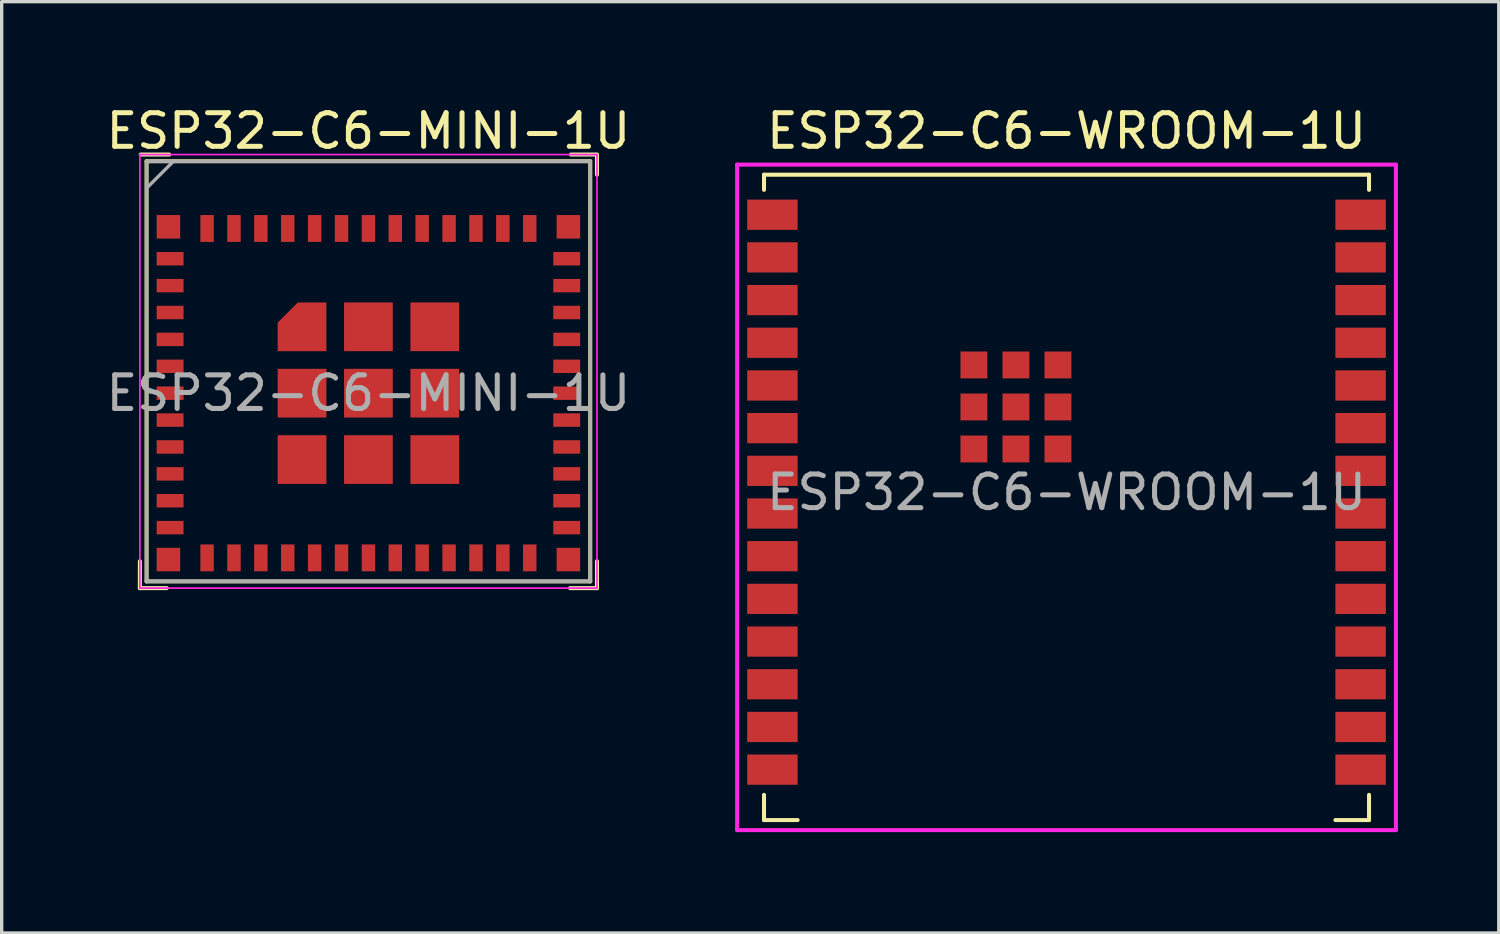
<source format=kicad_pcb>
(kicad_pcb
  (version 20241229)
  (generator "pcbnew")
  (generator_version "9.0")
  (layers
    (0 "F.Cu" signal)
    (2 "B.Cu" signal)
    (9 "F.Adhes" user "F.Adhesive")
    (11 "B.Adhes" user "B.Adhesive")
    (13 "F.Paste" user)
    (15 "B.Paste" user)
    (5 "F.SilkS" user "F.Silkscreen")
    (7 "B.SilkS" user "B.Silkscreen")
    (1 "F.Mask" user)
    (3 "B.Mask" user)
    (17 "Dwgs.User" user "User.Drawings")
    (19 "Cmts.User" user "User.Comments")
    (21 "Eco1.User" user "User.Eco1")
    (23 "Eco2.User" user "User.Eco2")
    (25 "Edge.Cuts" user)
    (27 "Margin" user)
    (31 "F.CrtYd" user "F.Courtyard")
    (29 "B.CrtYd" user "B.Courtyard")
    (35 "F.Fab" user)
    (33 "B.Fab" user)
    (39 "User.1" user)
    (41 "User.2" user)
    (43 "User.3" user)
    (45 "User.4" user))
  (footprint "ESP32-C6-MINI-1U"
    (layer "F.Cu")
    (at 7.911 5.948)
    (property "Reference" "ESP32-C6-MINI-1U" (at 0 -5.1 0) (layer "F.SilkS") (effects (font (size 1 1) (thickness 0.15))))
    (attr smd)
    (fp_line (start -6.8 7.7) (end -6.8 8.5) (stroke (width 0.12) (type solid)) (layer "F.SilkS"))
    (fp_line (start -6.8 8.5) (end -6 8.5) (stroke (width 0.12) (type solid)) (layer "F.SilkS"))
    (fp_line (start -6.6 -4.2) (end 6.6 -4.2) (stroke (width 0.12) (type solid)) (layer "F.SilkS"))
    (fp_line (start -6.6 8.3) (end -6.6 -4.2) (stroke (width 0.12) (type solid)) (layer "F.SilkS"))
    (fp_line (start -5.925 -4.4) (end -6.775 -4.4) (stroke (width 0.12) (type solid)) (layer "F.SilkS"))
    (fp_line (start 6.025 -4.4) (end 6.775 -4.4) (stroke (width 0.12) (type solid)) (layer "F.SilkS"))
    (fp_line (start 6.6 -4.2) (end 6.6 8.3) (stroke (width 0.12) (type solid)) (layer "F.SilkS"))
    (fp_line (start 6.6 8.3) (end -6.6 8.3) (stroke (width 0.12) (type solid)) (layer "F.SilkS"))
    (fp_line (start 6.8 -4.4) (end 6.8 -3.8) (stroke (width 0.12) (type solid)) (layer "F.SilkS"))
    (fp_line (start 6.8 7.7) (end 6.8 8.5) (stroke (width 0.12) (type solid)) (layer "F.SilkS"))
    (fp_line (start 6.8 8.5) (end 6 8.5) (stroke (width 0.12) (type solid)) (layer "F.SilkS"))
    (fp_line (start -6.8 -4.4) (end 6.8 -4.4) (stroke (width 0.05) (type solid)) (layer "F.CrtYd"))
    (fp_line (start -6.8 8.5) (end -6.8 -4.4) (stroke (width 0.05) (type solid)) (layer "F.CrtYd"))
    (fp_line (start 6.8 -4.4) (end 6.8 8.5) (stroke (width 0.05) (type solid)) (layer "F.CrtYd"))
    (fp_line (start 6.8 8.5) (end -6.8 8.5) (stroke (width 0.05) (type solid)) (layer "F.CrtYd"))
    (fp_line (start -6.6 8.3) (end -6.6 -4.2) (stroke (width 0.1) (type solid)) (layer "F.Fab"))
    (fp_line (start -6.6 8.3) (end 6.6 8.3) (stroke (width 0.1) (type solid)) (layer "F.Fab"))
    (fp_line (start -5.8 -4.2) (end -6.6 -3.4) (stroke (width 0.1) (type solid)) (layer "F.Fab"))
    (fp_line (start 6.6 -4.2) (end -6.6 -4.2) (stroke (width 0.1) (type solid)) (layer "F.Fab"))
    (fp_line (start 6.6 8.3) (end 6.6 -4.2) (stroke (width 0.1) (type solid)) (layer "F.Fab"))
    (fp_text user "${REFERENCE}" (at 0 2.7 0) (layer "F.Fab") (effects (font (size 1 1) (thickness 0.15))))
    (pad "1" smd rect (at -5.9 -1.3 90) (size 0.4 0.8) (layers "F.Cu" "F.Mask" "F.Paste"))
    (pad "2" smd rect (at -5.9 -0.5 90) (size 0.4 0.8) (layers "F.Cu" "F.Mask" "F.Paste"))
    (pad "3" smd rect (at -5.9 0.3 90) (size 0.4 0.8) (layers "F.Cu" "F.Mask" "F.Paste"))
    (pad "4" smd rect (at -5.9 1.1 90) (size 0.4 0.8) (layers "F.Cu" "F.Mask" "F.Paste"))
    (pad "5" smd rect (at -5.9 1.9 90) (size 0.4 0.8) (layers "F.Cu" "F.Mask" "F.Paste"))
    (pad "6" smd rect (at -5.9 2.7 90) (size 0.4 0.8) (layers "F.Cu" "F.Mask" "F.Paste"))
    (pad "7" smd rect (at -5.9 3.5 90) (size 0.4 0.8) (layers "F.Cu" "F.Mask" "F.Paste"))
    (pad "8" smd rect (at -5.9 4.3 90) (size 0.4 0.8) (layers "F.Cu" "F.Mask" "F.Paste"))
    (pad "9" smd rect (at -5.9 5.1 90) (size 0.4 0.8) (layers "F.Cu" "F.Mask" "F.Paste"))
    (pad "10" smd rect (at -5.9 5.9 90) (size 0.4 0.8) (layers "F.Cu" "F.Mask" "F.Paste"))
    (pad "11" smd rect (at -5.9 6.7 90) (size 0.4 0.8) (layers "F.Cu" "F.Mask" "F.Paste"))
    (pad "12" smd rect (at -4.8 7.6) (size 0.4 0.8) (layers "F.Cu" "F.Mask" "F.Paste"))
    (pad "13" smd rect (at -4 7.6) (size 0.4 0.8) (layers "F.Cu" "F.Mask" "F.Paste"))
    (pad "14" smd rect (at -3.2 7.6) (size 0.4 0.8) (layers "F.Cu" "F.Mask" "F.Paste"))
    (pad "15" smd rect (at -2.4 7.6) (size 0.4 0.8) (layers "F.Cu" "F.Mask" "F.Paste"))
    (pad "16" smd rect (at -1.6 7.6) (size 0.4 0.8) (layers "F.Cu" "F.Mask" "F.Paste"))
    (pad "17" smd rect (at -0.8 7.6) (size 0.4 0.8) (layers "F.Cu" "F.Mask" "F.Paste"))
    (pad "18" smd rect (at 0 7.6) (size 0.4 0.8) (layers "F.Cu" "F.Mask" "F.Paste"))
    (pad "19" smd rect (at 0.8 7.6) (size 0.4 0.8) (layers "F.Cu" "F.Mask" "F.Paste"))
    (pad "20" smd rect (at 1.6 7.6) (size 0.4 0.8) (layers "F.Cu" "F.Mask" "F.Paste"))
    (pad "21" smd rect (at 2.4 7.6) (size 0.4 0.8) (layers "F.Cu" "F.Mask" "F.Paste"))
    (pad "22" smd rect (at 3.2 7.6) (size 0.4 0.8) (layers "F.Cu" "F.Mask" "F.Paste"))
    (pad "23" smd rect (at 4 7.6) (size 0.4 0.8) (layers "F.Cu" "F.Mask" "F.Paste"))
    (pad "24" smd rect (at 4.8 7.6) (size 0.4 0.8) (layers "F.Cu" "F.Mask" "F.Paste"))
    (pad "25" smd rect (at 5.9 6.7 90) (size 0.4 0.8) (layers "F.Cu" "F.Mask" "F.Paste"))
    (pad "26" smd rect (at 5.9 5.9 90) (size 0.4 0.8) (layers "F.Cu" "F.Mask" "F.Paste"))
    (pad "27" smd rect (at 5.9 5.1 90) (size 0.4 0.8) (layers "F.Cu" "F.Mask" "F.Paste"))
    (pad "28" smd rect (at 5.9 4.3 90) (size 0.4 0.8) (layers "F.Cu" "F.Mask" "F.Paste"))
    (pad "29" smd rect (at 5.9 3.5 90) (size 0.4 0.8) (layers "F.Cu" "F.Mask" "F.Paste"))
    (pad "30" smd rect (at 5.9 2.7 90) (size 0.4 0.8) (layers "F.Cu" "F.Mask" "F.Paste"))
    (pad "31" smd rect (at 5.9 1.9 90) (size 0.4 0.8) (layers "F.Cu" "F.Mask" "F.Paste"))
    (pad "32" smd rect (at 5.9 1.1 90) (size 0.4 0.8) (layers "F.Cu" "F.Mask" "F.Paste"))
    (pad "33" smd rect (at 5.9 0.3 90) (size 0.4 0.8) (layers "F.Cu" "F.Mask" "F.Paste"))
    (pad "34" smd rect (at 5.9 -0.5 90) (size 0.4 0.8) (layers "F.Cu" "F.Mask" "F.Paste"))
    (pad "35" smd rect (at 5.9 -1.3 90) (size 0.4 0.8) (layers "F.Cu" "F.Mask" "F.Paste"))
    (pad "36" smd rect (at 4.8 -2.2) (size 0.4 0.8) (layers "F.Cu" "F.Mask" "F.Paste"))
    (pad "37" smd rect (at 4 -2.2) (size 0.4 0.8) (layers "F.Cu" "F.Mask" "F.Paste"))
    (pad "38" smd rect (at 3.2 -2.2) (size 0.4 0.8) (layers "F.Cu" "F.Mask" "F.Paste"))
    (pad "39" smd rect (at 2.4 -2.2) (size 0.4 0.8) (layers "F.Cu" "F.Mask" "F.Paste"))
    (pad "40" smd rect (at 1.6 -2.2) (size 0.4 0.8) (layers "F.Cu" "F.Mask" "F.Paste"))
    (pad "41" smd rect (at 0.8 -2.2) (size 0.4 0.8) (layers "F.Cu" "F.Mask" "F.Paste"))
    (pad "42" smd rect (at 0 -2.2) (size 0.4 0.8) (layers "F.Cu" "F.Mask" "F.Paste"))
    (pad "43" smd rect (at -0.8 -2.2) (size 0.4 0.8) (layers "F.Cu" "F.Mask" "F.Paste"))
    (pad "44" smd rect (at -1.6 -2.2) (size 0.4 0.8) (layers "F.Cu" "F.Mask" "F.Paste"))
    (pad "45" smd rect (at -2.4 -2.2) (size 0.4 0.8) (layers "F.Cu" "F.Mask" "F.Paste"))
    (pad "46" smd rect (at -3.2 -2.2) (size 0.4 0.8) (layers "F.Cu" "F.Mask" "F.Paste"))
    (pad "47" smd rect (at -4 -2.2) (size 0.4 0.8) (layers "F.Cu" "F.Mask" "F.Paste"))
    (pad "48" smd rect (at -4.8 -2.2) (size 0.4 0.8) (layers "F.Cu" "F.Mask" "F.Paste"))
    (pad "49" smd custom (at -1.975 0.725) (size 0.8 0.8) (layers "F.Cu" "F.Mask" "F.Paste") (options (anchor rect)) (primitives (gr_poly (pts (xy 0.725 0.725) (xy -0.725 0.725) (xy -0.725 -0.125) (xy -0.125 -0.725) (xy 0.725 -0.725)) (width 0) (fill yes))))
    (pad "49" smd rect (at -1.975 2.7 90) (size 1.45 1.45) (layers "F.Cu" "F.Mask" "F.Paste"))
    (pad "49" smd rect (at -1.975 4.675 90) (size 1.45 1.45) (layers "F.Cu" "F.Mask" "F.Paste"))
    (pad "49" smd rect (at 0 0.725 90) (size 1.45 1.45) (layers "F.Cu" "F.Mask" "F.Paste"))
    (pad "49" smd rect (at 0 2.7 90) (size 1.45 1.45) (layers "F.Cu" "F.Mask" "F.Paste"))
    (pad "49" smd rect (at 0 4.675 90) (size 1.45 1.45) (layers "F.Cu" "F.Mask" "F.Paste"))
    (pad "49" smd rect (at 1.975 0.725 90) (size 1.45 1.45) (layers "F.Cu" "F.Mask" "F.Paste"))
    (pad "49" smd rect (at 1.975 2.7 90) (size 1.45 1.45) (layers "F.Cu" "F.Mask" "F.Paste"))
    (pad "49" smd rect (at 1.975 4.675 90) (size 1.45 1.45) (layers "F.Cu" "F.Mask" "F.Paste"))
    (pad "50" smd rect (at 5.95 -2.25 90) (size 0.7 0.7) (layers "F.Cu" "F.Mask" "F.Paste"))
    (pad "51" smd rect (at 5.95 7.65 90) (size 0.7 0.7) (layers "F.Cu" "F.Mask" "F.Paste"))
    (pad "52" smd rect (at -5.95 7.65 90) (size 0.7 0.7) (layers "F.Cu" "F.Mask" "F.Paste"))
    (pad "53" smd rect (at -5.95 -2.25 90) (size 0.7 0.7) (layers "F.Cu" "F.Mask" "F.Paste")))
  (footprint "ESP32-C6-WROOM-1U"
    (layer "F.Cu")
    (at 28.681 11.598)
    (property "Reference" "ESP32-C6-WROOM-1U" (at 0 -10.75 0) (layer "F.SilkS") (effects (font (size 1 1) (thickness 0.15))))
    (attr smd)
    (fp_line (start -9 -9.45) (end -9 -9) (stroke (width 0.12) (type solid)) (layer "F.SilkS"))
    (fp_line (start -9 9) (end -9 9.75) (stroke (width 0.12) (type solid)) (layer "F.SilkS"))
    (fp_line (start -9 9.75) (end -8 9.75) (stroke (width 0.12) (type solid)) (layer "F.SilkS"))
    (fp_line (start 9 -9.45) (end -9 -9.45) (stroke (width 0.12) (type solid)) (layer "F.SilkS"))
    (fp_line (start 9 -9.45) (end 9 -9) (stroke (width 0.12) (type solid)) (layer "F.SilkS"))
    (fp_line (start 9 9) (end 9 9.75) (stroke (width 0.12) (type solid)) (layer "F.SilkS"))
    (fp_line (start 9 9.75) (end 8 9.75) (stroke (width 0.12) (type solid)) (layer "F.SilkS"))
    (fp_line (start -9 -9.45) (end 9 -9.45) (stroke (width 0.12) (type solid)) (layer "Eco2.User"))
    (fp_line (start -9 9.75) (end -9 -9.45) (stroke (width 0.12) (type solid)) (layer "Eco2.User"))
    (fp_line (start 9 -9.45) (end 9 9.75) (stroke (width 0.12) (type solid)) (layer "Eco2.User"))
    (fp_line (start 9 9.75) (end -9 9.75) (stroke (width 0.12) (type solid)) (layer "Eco2.User"))
    (fp_line (start -9.8 -9.75) (end -9.8 10.05) (stroke (width 0.12) (type solid)) (layer "F.CrtYd"))
    (fp_line (start -9.8 10.05) (end 9.8 10.05) (stroke (width 0.12) (type solid)) (layer "F.CrtYd"))
    (fp_line (start 9.8 -9.75) (end -9.8 -9.75) (stroke (width 0.12) (type solid)) (layer "F.CrtYd"))
    (fp_line (start 9.8 -9.75) (end 9.8 10.05) (stroke (width 0.12) (type solid)) (layer "F.CrtYd"))
    (fp_text user "${REFERENCE}" (at 0 0 0) (layer "F.Fab") (effects (font (size 1 1) (thickness 0.15))))
    (pad "1" smd rect (at -8.75 -8.26) (size 1.5 0.9) (layers "F.Cu" "F.Mask" "F.Paste"))
    (pad "2" smd rect (at -8.75 -6.99) (size 1.5 0.9) (layers "F.Cu" "F.Mask" "F.Paste"))
    (pad "3" smd rect (at -8.75 -5.72) (size 1.5 0.9) (layers "F.Cu" "F.Mask" "F.Paste"))
    (pad "4" smd rect (at -8.75 -4.45) (size 1.5 0.9) (layers "F.Cu" "F.Mask" "F.Paste"))
    (pad "5" smd rect (at -8.75 -3.18) (size 1.5 0.9) (layers "F.Cu" "F.Mask" "F.Paste"))
    (pad "6" smd rect (at -8.75 -1.91) (size 1.5 0.9) (layers "F.Cu" "F.Mask" "F.Paste"))
    (pad "7" smd rect (at -8.75 -0.64) (size 1.5 0.9) (layers "F.Cu" "F.Mask" "F.Paste"))
    (pad "8" smd rect (at -8.75 0.63) (size 1.5 0.9) (layers "F.Cu" "F.Mask" "F.Paste"))
    (pad "9" smd rect (at -8.75 1.9) (size 1.5 0.9) (layers "F.Cu" "F.Mask" "F.Paste"))
    (pad "10" smd rect (at -8.75 3.17) (size 1.5 0.9) (layers "F.Cu" "F.Mask" "F.Paste"))
    (pad "11" smd rect (at -8.75 4.44) (size 1.5 0.9) (layers "F.Cu" "F.Mask" "F.Paste"))
    (pad "12" smd rect (at -8.75 5.71) (size 1.5 0.9) (layers "F.Cu" "F.Mask" "F.Paste"))
    (pad "13" smd rect (at -8.75 6.98) (size 1.5 0.9) (layers "F.Cu" "F.Mask" "F.Paste"))
    (pad "14" smd rect (at -8.75 8.25) (size 1.5 0.9) (layers "F.Cu" "F.Mask" "F.Paste"))
    (pad "15" smd rect (at 8.75 8.25 180) (size 1.5 0.9) (layers "F.Cu" "F.Mask" "F.Paste"))
    (pad "16" smd rect (at 8.75 6.98 180) (size 1.5 0.9) (layers "F.Cu" "F.Mask" "F.Paste"))
    (pad "17" smd rect (at 8.75 5.71 180) (size 1.5 0.9) (layers "F.Cu" "F.Mask" "F.Paste"))
    (pad "18" smd rect (at 8.75 4.44 180) (size 1.5 0.9) (layers "F.Cu" "F.Mask" "F.Paste"))
    (pad "19" smd rect (at 8.75 3.17 180) (size 1.5 0.9) (layers "F.Cu" "F.Mask" "F.Paste"))
    (pad "20" smd rect (at 8.75 1.9 180) (size 1.5 0.9) (layers "F.Cu" "F.Mask" "F.Paste"))
    (pad "21" smd rect (at 8.75 0.63 180) (size 1.5 0.9) (layers "F.Cu" "F.Mask" "F.Paste"))
    (pad "22" smd rect (at 8.75 -0.64 180) (size 1.5 0.9) (layers "F.Cu" "F.Mask" "F.Paste"))
    (pad "23" smd rect (at 8.75 -1.91 180) (size 1.5 0.9) (layers "F.Cu" "F.Mask" "F.Paste"))
    (pad "24" smd rect (at 8.75 -3.18 180) (size 1.5 0.9) (layers "F.Cu" "F.Mask" "F.Paste"))
    (pad "25" smd rect (at 8.75 -4.45 180) (size 1.5 0.9) (layers "F.Cu" "F.Mask" "F.Paste"))
    (pad "26" smd rect (at 8.75 -5.72 180) (size 1.5 0.9) (layers "F.Cu" "F.Mask" "F.Paste"))
    (pad "27" smd rect (at 8.75 -6.99 180) (size 1.5 0.9) (layers "F.Cu" "F.Mask" "F.Paste"))
    (pad "28" smd rect (at 8.75 -8.26 180) (size 1.5 0.9) (layers "F.Cu" "F.Mask" "F.Paste"))
    (pad "29" smd rect (at -2.755 -3.79 180) (size 0.8 0.8) (layers "F.Cu" "F.Mask" "F.Paste"))
    (pad "29" smd rect (at -2.755 -2.54 180) (size 0.8 0.8) (layers "F.Cu" "F.Mask" "F.Paste"))
    (pad "29" smd rect (at -2.755 -1.29 180) (size 0.8 0.8) (layers "F.Cu" "F.Mask" "F.Paste"))
    (pad "29" smd rect (at -1.505 -3.79 180) (size 0.8 0.8) (layers "F.Cu" "F.Mask" "F.Paste"))
    (pad "29" smd rect (at -1.505 -2.54 180) (size 0.8 0.8) (layers "F.Cu" "F.Mask" "F.Paste"))
    (pad "29" smd rect (at -1.505 -1.29 180) (size 0.8 0.8) (layers "F.Cu" "F.Mask" "F.Paste"))
    (pad "29" smd rect (at -0.255 -3.79 180) (size 0.8 0.8) (layers "F.Cu" "F.Mask" "F.Paste"))
    (pad "29" smd rect (at -0.255 -2.54 180) (size 0.8 0.8) (layers "F.Cu" "F.Mask" "F.Paste"))
    (pad "29" smd rect (at -0.255 -1.29 180) (size 0.8 0.8) (layers "F.Cu" "F.Mask" "F.Paste")))
  (gr_rect
    (start -3 -3)
    (end 41.541 24.708)
    (stroke (width 0.1) (type default))
    (fill no)
    (layer "Edge.Cuts")))
</source>
